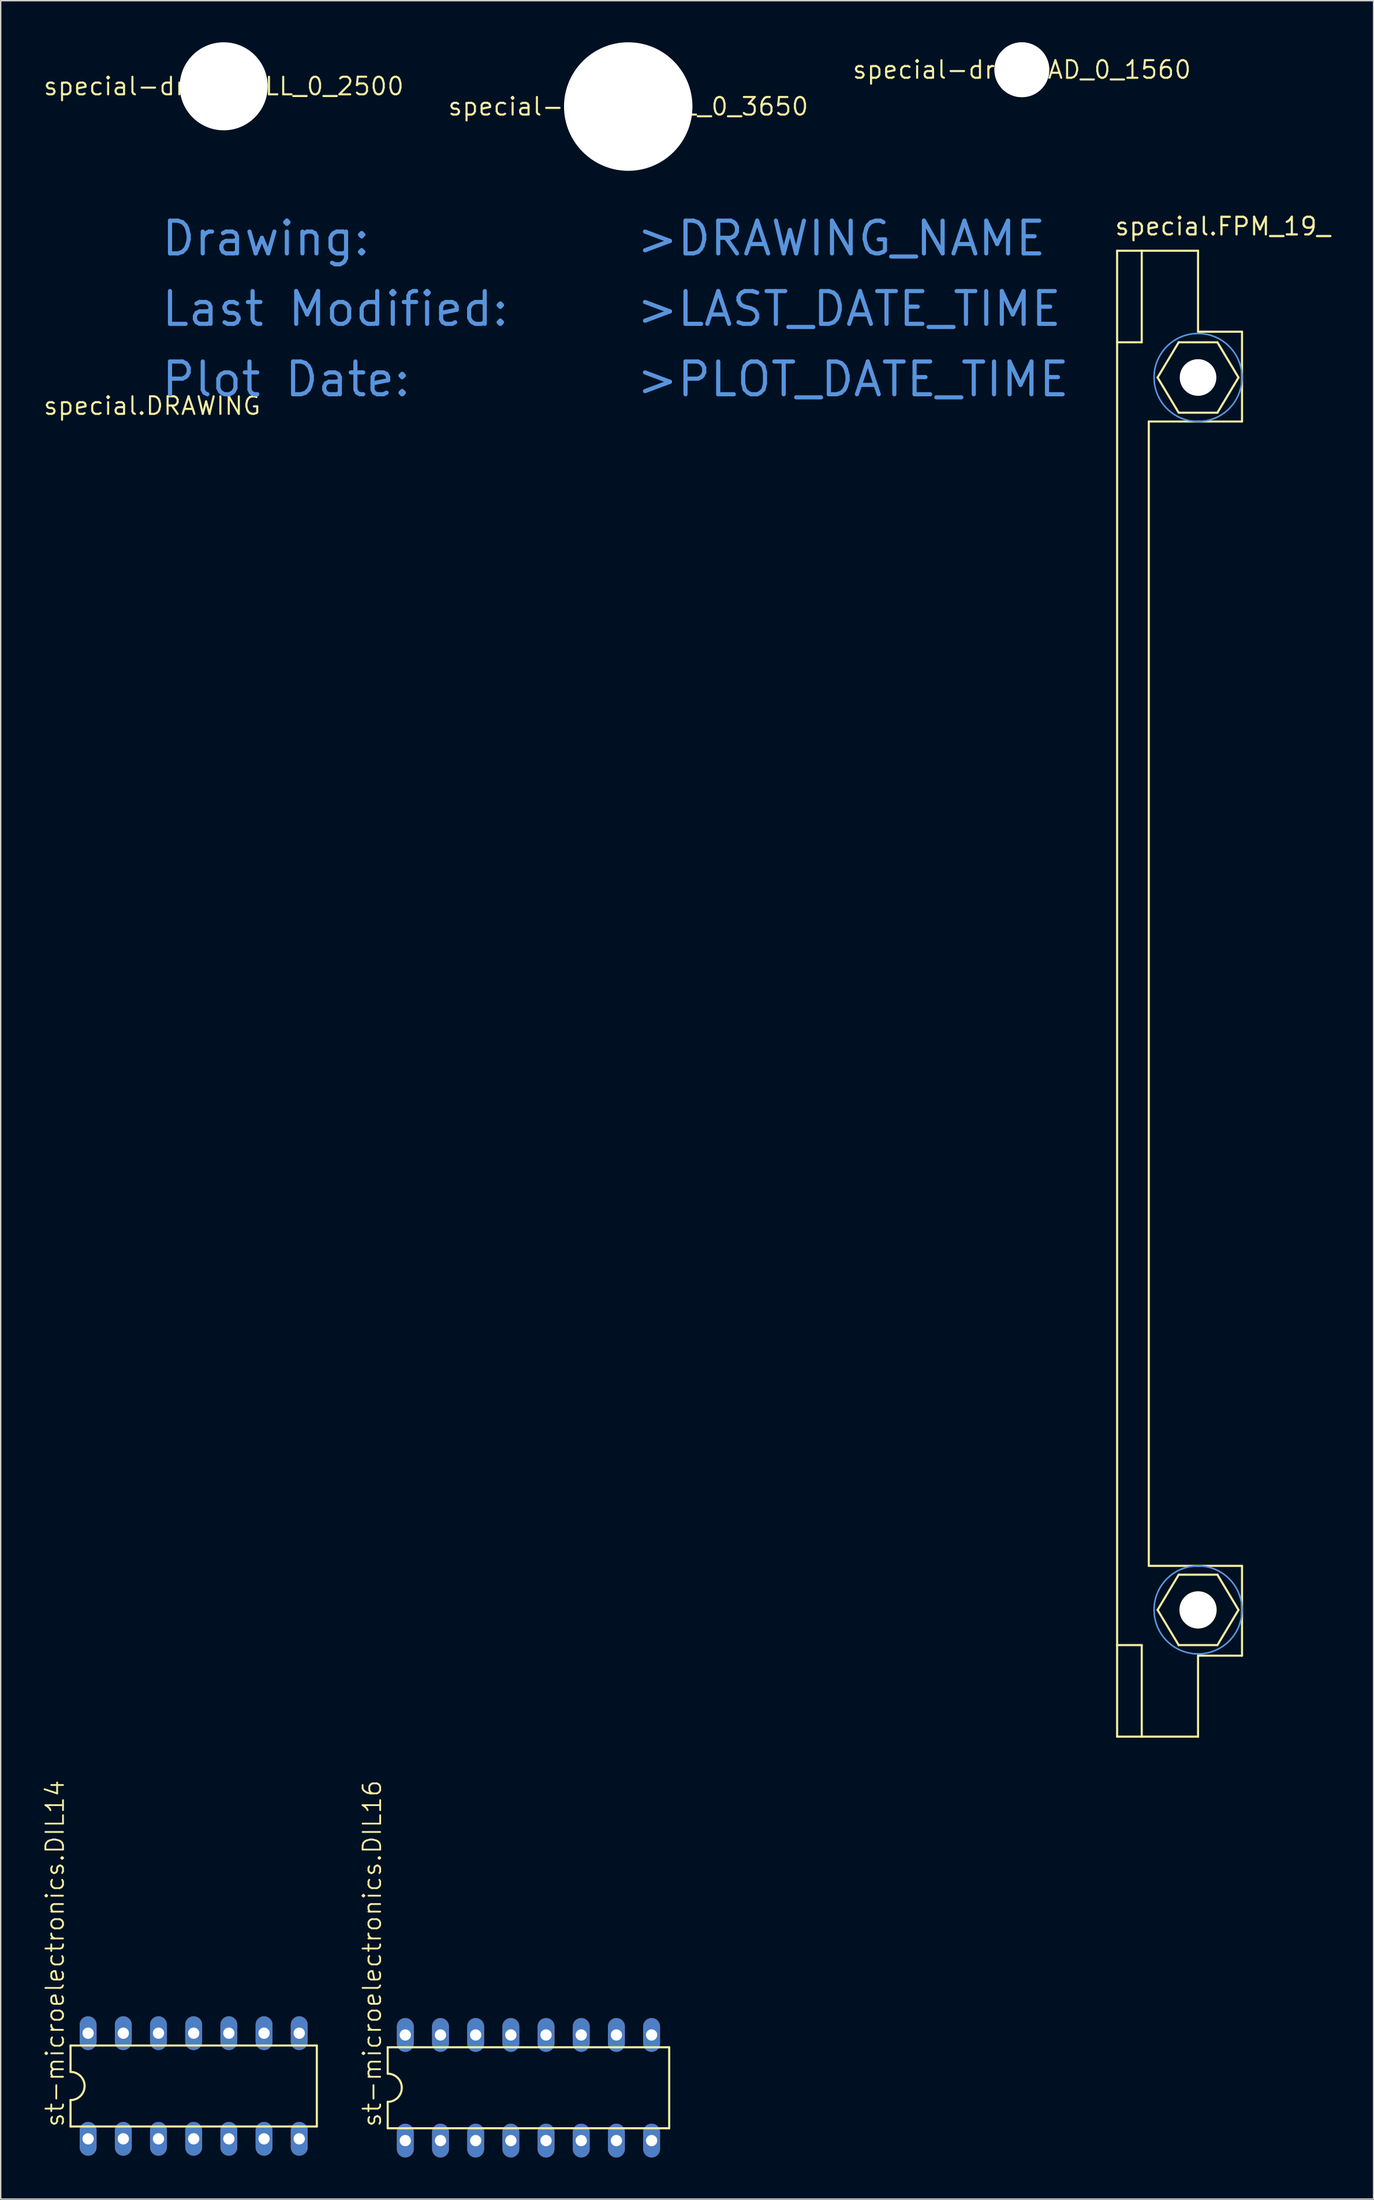
<source format=kicad_pcb>
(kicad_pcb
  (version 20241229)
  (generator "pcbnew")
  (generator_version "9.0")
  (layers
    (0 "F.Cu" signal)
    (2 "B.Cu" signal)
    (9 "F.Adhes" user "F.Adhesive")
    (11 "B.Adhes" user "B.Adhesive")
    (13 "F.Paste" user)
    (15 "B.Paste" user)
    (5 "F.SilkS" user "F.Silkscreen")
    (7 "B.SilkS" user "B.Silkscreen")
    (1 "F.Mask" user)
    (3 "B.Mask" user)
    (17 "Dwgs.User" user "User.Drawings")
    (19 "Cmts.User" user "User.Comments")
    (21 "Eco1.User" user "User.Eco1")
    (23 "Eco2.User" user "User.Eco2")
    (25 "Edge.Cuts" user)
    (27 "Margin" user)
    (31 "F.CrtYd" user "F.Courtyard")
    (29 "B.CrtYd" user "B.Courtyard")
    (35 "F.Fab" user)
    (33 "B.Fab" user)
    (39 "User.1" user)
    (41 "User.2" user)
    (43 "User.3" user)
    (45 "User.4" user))
  (footprint "special-drill.PAD_0_1560"
    (layer "F.Cu")
    (at 70.716 1.981)
    (property "Reference" "special-drill.PAD_0_1560" (at 0 0 0) (layer "F.SilkS") (effects (font (size 1.27 1.27) (thickness 0.15))))
    (attr through_hole)
    (pad "1" thru_hole circle (at 0 0) (size 3.962 3.962) (drill 3.962) (layers "*.Cu" "*.Mask")))
  (footprint "special.FPM_19_"
    (layer "F.Cu")
    (at 79.879 68.631)
    (property "Reference" "special.FPM_19_" (at -2.54 -54.61 0) (layer "F.SilkS") (effects (font (size 1.27 1.27) (thickness 0.16)) (justify left bottom)))
    (fp_line (start -2.286 -53.594) (end -0.508 -53.594) (stroke (width 0.152) (type default)) (layer "F.SilkS"))
    (fp_line (start -2.286 -46.99) (end -2.286 -53.594) (stroke (width 0.152) (type default)) (layer "F.SilkS"))
    (fp_line (start -2.286 -46.99) (end -0.508 -46.99) (stroke (width 0.152) (type default)) (layer "F.SilkS"))
    (fp_line (start -2.286 46.99) (end -2.286 -46.99) (stroke (width 0.152) (type default)) (layer "F.SilkS"))
    (fp_line (start -2.286 46.99) (end -0.508 46.99) (stroke (width 0.152) (type default)) (layer "F.SilkS"))
    (fp_line (start -2.286 53.594) (end -2.286 46.99) (stroke (width 0.152) (type default)) (layer "F.SilkS"))
    (fp_line (start -2.286 53.594) (end -0.508 53.594) (stroke (width 0.152) (type default)) (layer "F.SilkS"))
    (fp_line (start -0.508 -53.594) (end -0.508 -46.99) (stroke (width 0.152) (type default)) (layer "F.SilkS"))
    (fp_line (start -0.508 -53.594) (end 3.556 -53.594) (stroke (width 0.152) (type default)) (layer "F.SilkS"))
    (fp_line (start -0.508 53.594) (end -0.508 46.99) (stroke (width 0.152) (type default)) (layer "F.SilkS"))
    (fp_line (start -0.508 53.594) (end 3.556 53.594) (stroke (width 0.152) (type default)) (layer "F.SilkS"))
    (fp_line (start 0 -41.275) (end 0 41.275) (stroke (width 0.152) (type default)) (layer "F.SilkS"))
    (fp_line (start 0 -41.275) (end 6.731 -41.275) (stroke (width 0.152) (type default)) (layer "F.SilkS"))
    (fp_line (start 0 41.275) (end 6.731 41.275) (stroke (width 0.152) (type default)) (layer "F.SilkS"))
    (fp_line (start 0.635 -44.45) (end 2.159 -46.99) (stroke (width 0.152) (type default)) (layer "F.SilkS"))
    (fp_line (start 0.635 44.45) (end 2.159 46.99) (stroke (width 0.152) (type default)) (layer "F.SilkS"))
    (fp_line (start 2.159 -46.99) (end 4.953 -46.99) (stroke (width 0.152) (type default)) (layer "F.SilkS"))
    (fp_line (start 2.159 -41.91) (end 0.635 -44.45) (stroke (width 0.152) (type default)) (layer "F.SilkS"))
    (fp_line (start 2.159 41.91) (end 0.635 44.45) (stroke (width 0.152) (type default)) (layer "F.SilkS"))
    (fp_line (start 2.159 46.99) (end 4.953 46.99) (stroke (width 0.152) (type default)) (layer "F.SilkS"))
    (fp_line (start 3.556 -53.594) (end 3.556 -47.752) (stroke (width 0.152) (type default)) (layer "F.SilkS"))
    (fp_line (start 3.556 -47.752) (end 6.731 -47.752) (stroke (width 0.152) (type default)) (layer "F.SilkS"))
    (fp_line (start 3.556 47.752) (end 6.731 47.752) (stroke (width 0.152) (type default)) (layer "F.SilkS"))
    (fp_line (start 3.556 53.594) (end 3.556 47.752) (stroke (width 0.152) (type default)) (layer "F.SilkS"))
    (fp_line (start 4.953 -46.99) (end 6.477 -44.45) (stroke (width 0.152) (type default)) (layer "F.SilkS"))
    (fp_line (start 4.953 -41.91) (end 2.159 -41.91) (stroke (width 0.152) (type default)) (layer "F.SilkS"))
    (fp_line (start 4.953 41.91) (end 2.159 41.91) (stroke (width 0.152) (type default)) (layer "F.SilkS"))
    (fp_line (start 4.953 46.99) (end 6.477 44.45) (stroke (width 0.152) (type default)) (layer "F.SilkS"))
    (fp_line (start 6.477 -44.45) (end 4.953 -41.91) (stroke (width 0.152) (type default)) (layer "F.SilkS"))
    (fp_line (start 6.477 44.45) (end 4.953 41.91) (stroke (width 0.152) (type default)) (layer "F.SilkS"))
    (fp_line (start 6.731 -47.752) (end 6.731 -41.275) (stroke (width 0.152) (type default)) (layer "F.SilkS"))
    (fp_line (start 6.731 47.752) (end 6.731 41.275) (stroke (width 0.152) (type default)) (layer "F.SilkS"))
    (fp_circle (center 3.556 -44.45) (end 4.826 -44.45) (stroke (width 0.051) (type default)) (fill no) (layer "F.SilkS"))
    (fp_circle (center 3.556 44.45) (end 4.826 44.45) (stroke (width 0.152) (type default)) (fill no) (layer "F.SilkS"))
    (fp_circle (center 3.556 -44.45) (end 6.731 -44.45) (stroke (width 0.1) (type default)) (fill no) (layer "Cmts.User"))
    (fp_circle (center 3.556 -44.45) (end 6.731 -44.45) (stroke (width 0.1) (type default)) (fill no) (layer "Cmts.User"))
    (fp_circle (center 3.556 44.45) (end 6.731 44.45) (stroke (width 0.1) (type default)) (fill no) (layer "Cmts.User"))
    (fp_circle (center 3.556 44.45) (end 6.731 44.45) (stroke (width 0.1) (type default)) (fill no) (layer "Cmts.User"))
    (pad "" np_thru_hole circle (at 3.556 -44.45) (size 2.642 2.642) (drill 2.642) (layers "*.Cu" "*.Mask"))
    (pad "" np_thru_hole circle (at 3.556 44.45) (size 2.642 2.642) (drill 2.642) (layers "*.Cu" "*.Mask")))
  (footprint "special.DRAWING"
    (layer "F.Cu")
    (at 7.93 26.227)
    (property "Reference" "special.DRAWING" (at 0 0 0) (layer "F.SilkS") (effects (font (size 1.27 1.27) (thickness 0.15))))
    (fp_text user ">PLOT_DATE_TIME" (at 34.823 -0.533 0) (layer "Cmts.User") (effects (font (size 2.362 2.362) (thickness 0.3)) (justify left bottom)))
    (fp_text user "Last Modified:" (at 0.533 -5.613 0) (layer "Cmts.User") (effects (font (size 2.362 2.362) (thickness 0.3)) (justify left bottom)))
    (fp_text user "Plot Date:" (at 0.533 -0.533 0) (layer "Cmts.User") (effects (font (size 2.362 2.362) (thickness 0.3)) (justify left bottom)))
    (fp_text user ">DRAWING_NAME" (at 34.823 -10.693 0) (layer "Cmts.User") (effects (font (size 2.362 2.362) (thickness 0.3)) (justify left bottom)))
    (fp_text user "Drawing:" (at 0.533 -10.693 0) (layer "Cmts.User") (effects (font (size 2.362 2.362) (thickness 0.3)) (justify left bottom)))
    (fp_text user ">LAST_DATE_TIME" (at 34.823 -5.613 0) (layer "Cmts.User") (effects (font (size 2.362 2.362) (thickness 0.3)) (justify left bottom))))
  (footprint "st-microelectronics.DIL14"
    (layer "F.Cu")
    (at 10.931 147.426)
    (property "Reference" "st-microelectronics.DIL14" (at -9.271 3.048 90) (layer "F.SilkS") (effects (font (size 1.27 1.27) (thickness 0.13)) (justify left bottom)))
    (attr through_hole)
    (fp_line (start -8.89 -2.921) (end -8.89 -1.016) (stroke (width 0.152) (type default)) (layer "F.SilkS"))
    (fp_line (start -8.89 2.921) (end -8.89 1.016) (stroke (width 0.152) (type default)) (layer "F.SilkS"))
    (fp_line (start -8.89 2.921) (end 8.89 2.921) (stroke (width 0.152) (type default)) (layer "F.SilkS"))
    (fp_line (start 8.89 -2.921) (end -8.89 -2.921) (stroke (width 0.152) (type default)) (layer "F.SilkS"))
    (fp_line (start 8.89 -2.921) (end 8.89 2.921) (stroke (width 0.152) (type default)) (layer "F.SilkS"))
    (fp_arc (start -8.89 -1.016) (mid -7.874 0) (end -8.89 1.016) (stroke (width 0.1524) (type default)) (layer "F.SilkS"))
    (pad "1" thru_hole oval (at -7.62 3.81 90) (size 2.438 1.219) (drill 0.813) (layers "*.Cu" "*.Mask"))
    (pad "2" thru_hole oval (at -5.08 3.81 90) (size 2.438 1.219) (drill 0.813) (layers "*.Cu" "*.Mask"))
    (pad "3" thru_hole oval (at -2.54 3.81 90) (size 2.438 1.219) (drill 0.813) (layers "*.Cu" "*.Mask"))
    (pad "4" thru_hole oval (at 0 3.81 90) (size 2.438 1.219) (drill 0.813) (layers "*.Cu" "*.Mask"))
    (pad "5" thru_hole oval (at 2.54 3.81 90) (size 2.438 1.219) (drill 0.813) (layers "*.Cu" "*.Mask"))
    (pad "6" thru_hole oval (at 5.08 3.81 90) (size 2.438 1.219) (drill 0.813) (layers "*.Cu" "*.Mask"))
    (pad "7" thru_hole oval (at 7.62 3.81 90) (size 2.438 1.219) (drill 0.813) (layers "*.Cu" "*.Mask"))
    (pad "8" thru_hole oval (at 7.62 -3.81 90) (size 2.438 1.219) (drill 0.813) (layers "*.Cu" "*.Mask"))
    (pad "9" thru_hole oval (at 5.08 -3.81 90) (size 2.438 1.219) (drill 0.813) (layers "*.Cu" "*.Mask"))
    (pad "10" thru_hole oval (at 2.54 -3.81 90) (size 2.438 1.219) (drill 0.813) (layers "*.Cu" "*.Mask"))
    (pad "11" thru_hole oval (at 0 -3.81 90) (size 2.438 1.219) (drill 0.813) (layers "*.Cu" "*.Mask"))
    (pad "12" thru_hole oval (at -2.54 -3.81 90) (size 2.438 1.219) (drill 0.813) (layers "*.Cu" "*.Mask"))
    (pad "13" thru_hole oval (at -5.08 -3.81 90) (size 2.438 1.219) (drill 0.813) (layers "*.Cu" "*.Mask"))
    (pad "14" thru_hole oval (at -7.62 -3.81 90) (size 2.438 1.219) (drill 0.813) (layers "*.Cu" "*.Mask")))
  (footprint "st-microelectronics.DIL16"
    (layer "F.Cu")
    (at 35.098 147.553)
    (property "Reference" "st-microelectronics.DIL16" (at -10.541 2.921 90) (layer "F.SilkS") (effects (font (size 1.27 1.27) (thickness 0.13)) (justify left bottom)))
    (attr through_hole)
    (fp_line (start -10.16 -2.921) (end -10.16 -1.016) (stroke (width 0.152) (type default)) (layer "F.SilkS"))
    (fp_line (start -10.16 2.921) (end -10.16 1.016) (stroke (width 0.152) (type default)) (layer "F.SilkS"))
    (fp_line (start -10.16 2.921) (end 10.16 2.921) (stroke (width 0.152) (type default)) (layer "F.SilkS"))
    (fp_line (start 10.16 -2.921) (end -10.16 -2.921) (stroke (width 0.152) (type default)) (layer "F.SilkS"))
    (fp_line (start 10.16 -2.921) (end 10.16 2.921) (stroke (width 0.152) (type default)) (layer "F.SilkS"))
    (fp_arc (start -10.16 -1.016) (mid -9.144 0) (end -10.16 1.016) (stroke (width 0.1524) (type default)) (layer "F.SilkS"))
    (pad "1" thru_hole oval (at -8.89 3.81 90) (size 2.438 1.219) (drill 0.813) (layers "*.Cu" "*.Mask"))
    (pad "2" thru_hole oval (at -6.35 3.81 90) (size 2.438 1.219) (drill 0.813) (layers "*.Cu" "*.Mask"))
    (pad "3" thru_hole oval (at -3.81 3.81 90) (size 2.438 1.219) (drill 0.813) (layers "*.Cu" "*.Mask"))
    (pad "4" thru_hole oval (at -1.27 3.81 90) (size 2.438 1.219) (drill 0.813) (layers "*.Cu" "*.Mask"))
    (pad "5" thru_hole oval (at 1.27 3.81 90) (size 2.438 1.219) (drill 0.813) (layers "*.Cu" "*.Mask"))
    (pad "6" thru_hole oval (at 3.81 3.81 90) (size 2.438 1.219) (drill 0.813) (layers "*.Cu" "*.Mask"))
    (pad "7" thru_hole oval (at 6.35 3.81 90) (size 2.438 1.219) (drill 0.813) (layers "*.Cu" "*.Mask"))
    (pad "8" thru_hole oval (at 8.89 3.81 90) (size 2.438 1.219) (drill 0.813) (layers "*.Cu" "*.Mask"))
    (pad "9" thru_hole oval (at 8.89 -3.81 90) (size 2.438 1.219) (drill 0.813) (layers "*.Cu" "*.Mask"))
    (pad "10" thru_hole oval (at 6.35 -3.81 90) (size 2.438 1.219) (drill 0.813) (layers "*.Cu" "*.Mask"))
    (pad "11" thru_hole oval (at 3.81 -3.81 90) (size 2.438 1.219) (drill 0.813) (layers "*.Cu" "*.Mask"))
    (pad "12" thru_hole oval (at 1.27 -3.81 90) (size 2.438 1.219) (drill 0.813) (layers "*.Cu" "*.Mask"))
    (pad "13" thru_hole oval (at -1.27 -3.81 90) (size 2.438 1.219) (drill 0.813) (layers "*.Cu" "*.Mask"))
    (pad "14" thru_hole oval (at -3.81 -3.81 90) (size 2.438 1.219) (drill 0.813) (layers "*.Cu" "*.Mask"))
    (pad "15" thru_hole oval (at -6.35 -3.81 90) (size 2.438 1.219) (drill 0.813) (layers "*.Cu" "*.Mask"))
    (pad "16" thru_hole oval (at -8.89 -3.81 90) (size 2.438 1.219) (drill 0.813) (layers "*.Cu" "*.Mask")))
  (footprint "special-drill.DRILL_0_2500"
    (layer "F.Cu")
    (at 13.1 3.175)
    (property "Reference" "special-drill.DRILL_0_2500" (at 0 0 0) (layer "F.SilkS") (effects (font (size 1.27 1.27) (thickness 0.15))))
    (pad "" np_thru_hole circle (at 0 0) (size 6.35 6.35) (drill 6.35) (layers "*.Cu" "*.Mask")))
  (footprint "special-drill.DRILL_0_3650"
    (layer "F.Cu")
    (at 42.301 4.636)
    (property "Reference" "special-drill.DRILL_0_3650" (at 0 0 0) (layer "F.SilkS") (effects (font (size 1.27 1.27) (thickness 0.15))))
    (pad "" np_thru_hole circle (at 0 0) (size 9.271 9.271) (drill 9.271) (layers "*.Cu" "*.Mask")))
  (gr_rect
    (start -3 -3)
    (end 96.108 155.583)
    (stroke (width 0.1) (type default))
    (fill no)
    (layer "Edge.Cuts")))
</source>
